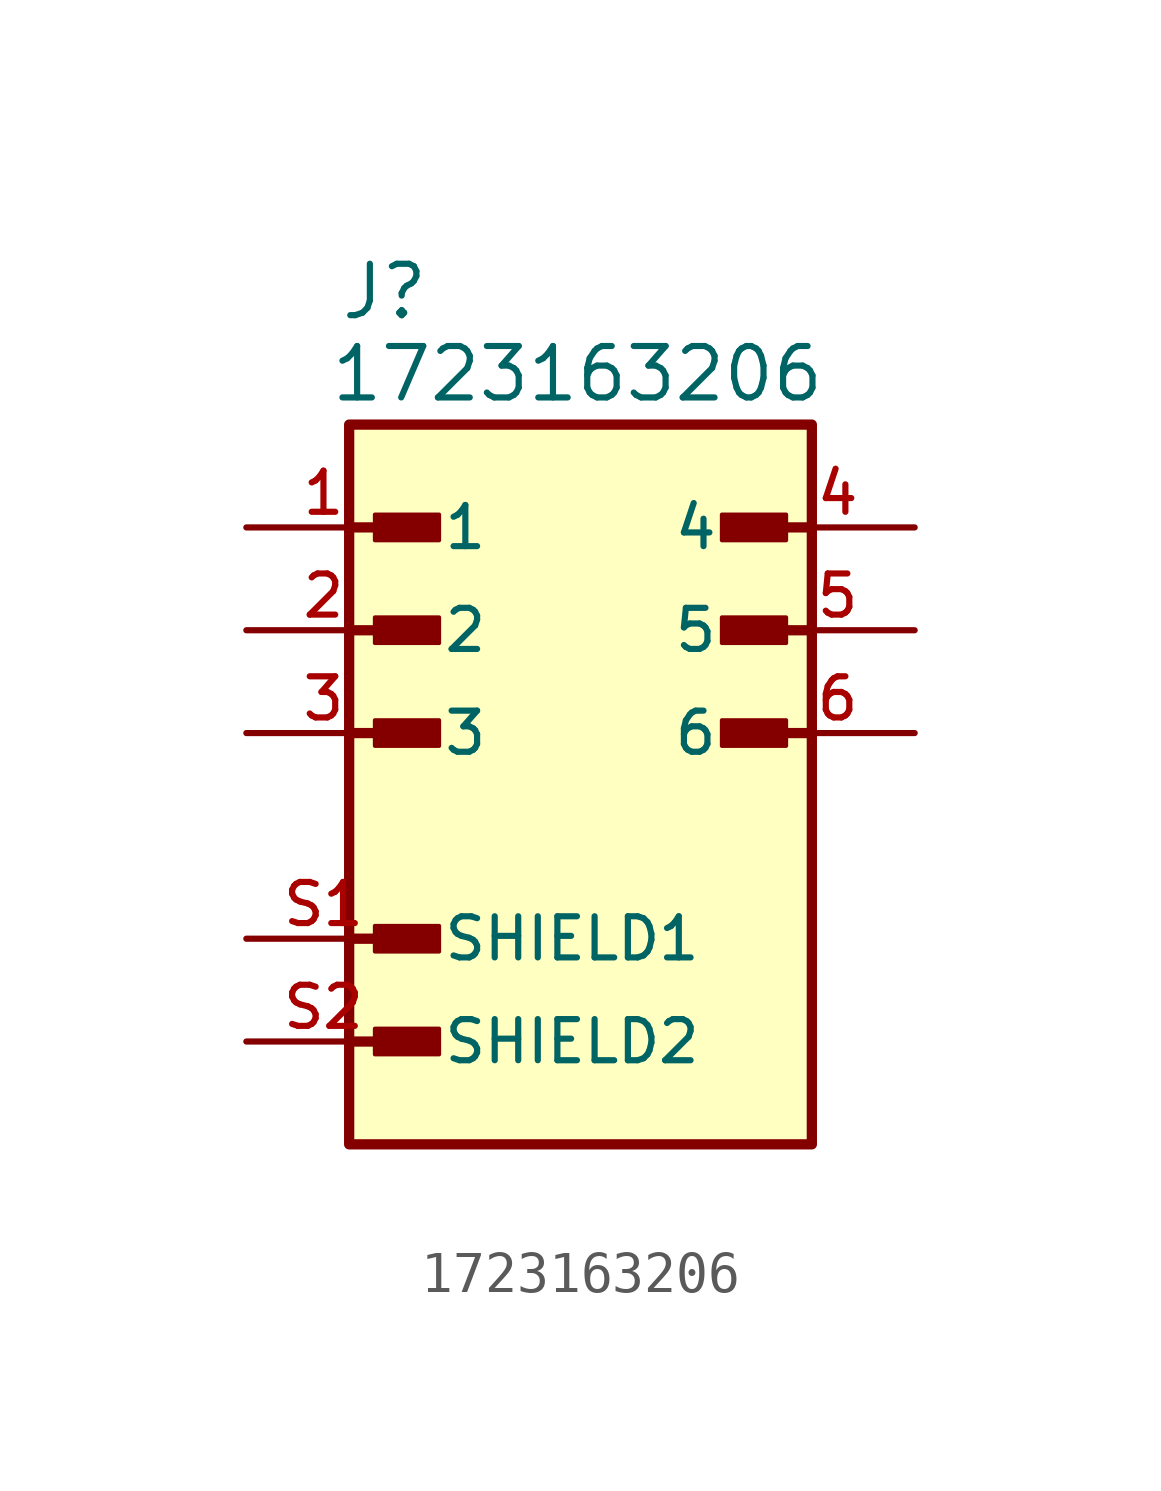
<source format=kicad_sym>
(kicad_symbol_lib
  (version 20241209)
  (generator "kicad_symbol_editor")
  (generator_version "9.0")
  (symbol "1723163206"
    (pin_names
      (offset 1.016))
    (property "Reference" "J"
      (at -6.604 11.43 0)
      (effects (font (size 1.27 1.27)) (justify left bottom)))
    (property "Value" "1723163206"
      (at -6.858 9.398 0)
      (effects (font (size 1.27 1.27)) (justify left bottom)))
    (symbol "1723163206_0_0"
      (rectangle (start -6.35 8.89) (end 5.08 -8.89) (stroke (width 0.254) (type default)) (fill (type background)))
      (polyline (pts (xy -6.35 6.35) (xy -4.445 6.35)) (stroke (width 0.254) (type default)) (fill (type none)))
      (polyline (pts (xy -6.35 3.81) (xy -4.445 3.81)) (stroke (width 0.254) (type default)) (fill (type none)))
      (polyline (pts (xy -6.35 1.27) (xy -4.445 1.27)) (stroke (width 0.254) (type default)) (fill (type none)))
      (polyline (pts (xy -6.35 -3.81) (xy -4.445 -3.81)) (stroke (width 0.254) (type default)) (fill (type none)))
      (polyline (pts (xy -6.35 -6.35) (xy -4.445 -6.35)) (stroke (width 0.254) (type default)) (fill (type none)))
      (rectangle (start -5.715 6.032) (end -4.128 6.668) (stroke (width 0.1) (type default)) (fill (type outline)))
      (rectangle (start -5.715 3.493) (end -4.128 4.128) (stroke (width 0.1) (type default)) (fill (type outline)))
      (rectangle (start -5.715 0.953) (end -4.128 1.587) (stroke (width 0.1) (type default)) (fill (type outline)))
      (rectangle (start -5.715 -4.128) (end -4.128 -3.493) (stroke (width 0.1) (type default)) (fill (type outline)))
      (rectangle (start -5.715 -6.668) (end -4.128 -6.032) (stroke (width 0.1) (type default)) (fill (type outline)))
      (rectangle (start 2.857 6.032) (end 4.445 6.668) (stroke (width 0.1) (type default)) (fill (type outline)))
      (rectangle (start 2.857 3.493) (end 4.445 4.128) (stroke (width 0.1) (type default)) (fill (type outline)))
      (rectangle (start 2.857 0.953) (end 4.445 1.587) (stroke (width 0.1) (type default)) (fill (type outline)))
      (polyline (pts (xy 5.08 6.35) (xy 3.175 6.35)) (stroke (width 0.254) (type default)) (fill (type none)))
      (polyline (pts (xy 5.08 3.81) (xy 3.175 3.81)) (stroke (width 0.254) (type default)) (fill (type none)))
      (polyline (pts (xy 5.08 1.27) (xy 3.175 1.27)) (stroke (width 0.254) (type default)) (fill (type none)))
      (pin passive line (at -8.89 6.35 0) (length 3.81) (name "1" (effects (font (size 1.016 1.016)))) (number "1" (effects (font (size 1.016 1.016)))))
      (pin passive line (at -8.89 3.81 0) (length 3.81) (name "2" (effects (font (size 1.016 1.016)))) (number "2" (effects (font (size 1.016 1.016)))))
      (pin passive line (at -8.89 1.27 0) (length 3.81) (name "3" (effects (font (size 1.016 1.016)))) (number "3" (effects (font (size 1.016 1.016)))))
      (pin passive line (at -8.89 -3.81 0) (length 3.81) (name "SHIELD1" (effects (font (size 1.016 1.016)))) (number "S1" (effects (font (size 1.016 1.016)))))
      (pin passive line (at -8.89 -6.35 0) (length 3.81) (name "SHIELD2" (effects (font (size 1.016 1.016)))) (number "S2" (effects (font (size 1.016 1.016)))))
      (pin passive line (at 7.62 6.35 180) (length 3.81) (name "4" (effects (font (size 1.016 1.016)))) (number "4" (effects (font (size 1.016 1.016)))))
      (pin passive line (at 7.62 3.81 180) (length 3.81) (name "5" (effects (font (size 1.016 1.016)))) (number "5" (effects (font (size 1.016 1.016)))))
      (pin passive line (at 7.62 1.27 180) (length 3.81) (name "6" (effects (font (size 1.016 1.016)))) (number "6" (effects (font (size 1.016 1.016))))))))
</source>
